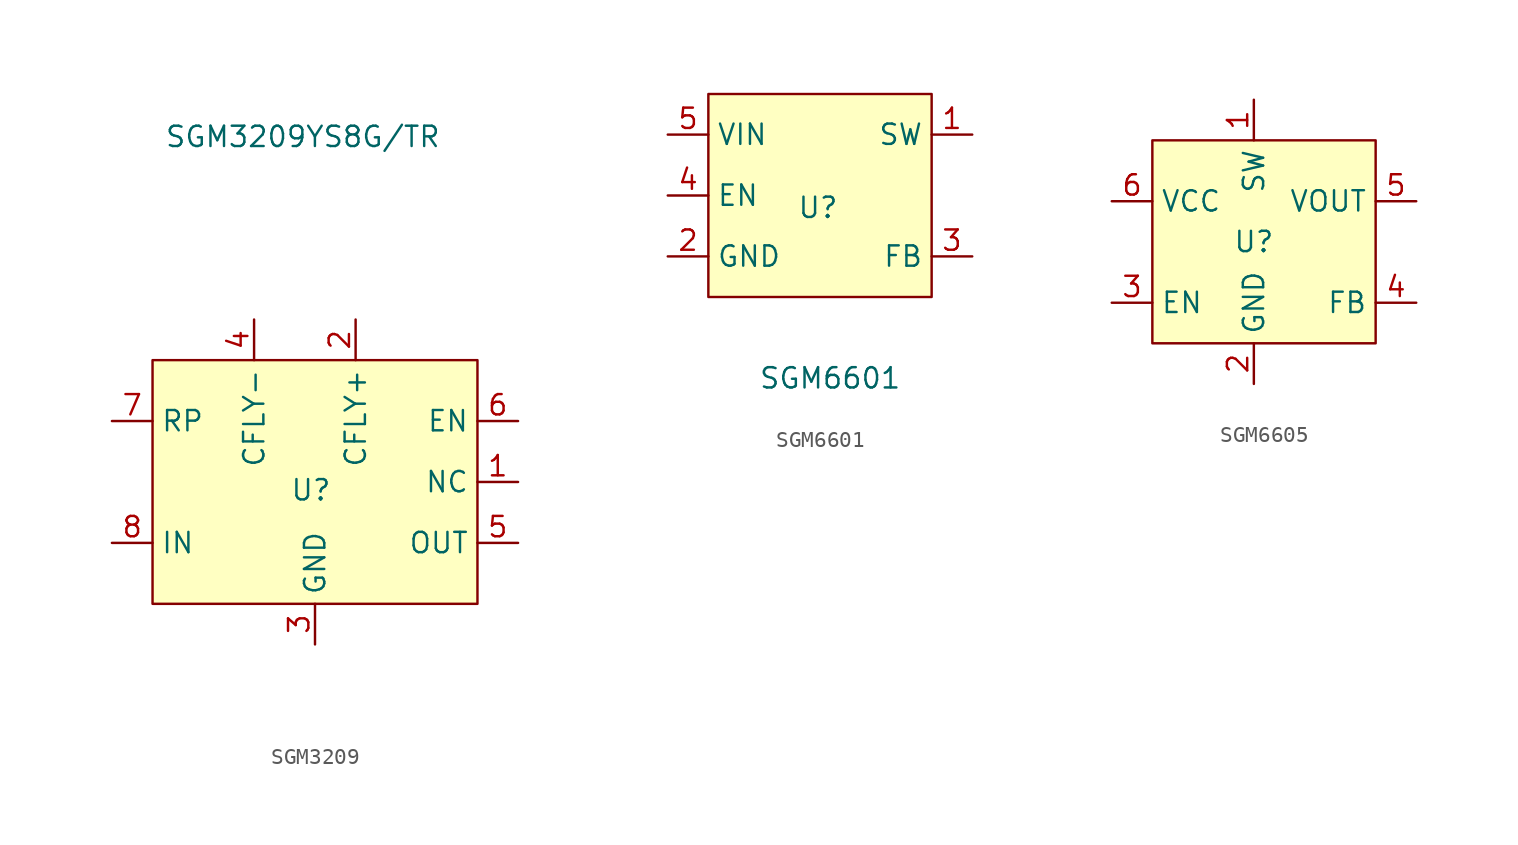
<source format=kicad_sym>
(kicad_symbol_lib
  (version 20231120)
  (generator "kicad_symbol_editor")
  (generator_version "8.0")
  (symbol "SGM3209"
    (property "Reference" "U"
      (at -0.254 2.032 0)
      (effects (font (size 1.27 1.27))))
    (property "Value" "SGM3209YS8G/TR"
      (at -0.762 24.13 0)
      (effects (font (size 1.27 1.27))))
    (symbol "SGM3209_1_0"
      (pin no_connect line (at -5.08 -10.16 90) (length 5.08) hide (name "NC" (effects (font (size 1.016 1.016)))) (number "9" (effects (font (size 1.016 1.016))))))
    (symbol "SGM3209_1_1"
      (rectangle (start -10.16 10.16) (end 10.16 -5.08) (stroke (width 0) (type default)) (fill (type background)))
      (pin passive line (at 12.7 2.54 180) (length 2.54) (name "NC" (effects (font (size 1.27 1.27)))) (number "1" (effects (font (size 1.27 1.27)))))
      (pin passive line (at 2.54 12.7 270) (length 2.54) (name "CFLY+" (effects (font (size 1.27 1.27)))) (number "2" (effects (font (size 1.27 1.27)))))
      (pin passive line (at 0 -7.62 90) (length 2.54) (name "GND" (effects (font (size 1.27 1.27)))) (number "3" (effects (font (size 1.27 1.27)))))
      (pin passive line (at -3.81 12.7 270) (length 2.54) (name "CFLY-" (effects (font (size 1.27 1.27)))) (number "4" (effects (font (size 1.27 1.27)))))
      (pin passive line (at 12.7 -1.27 180) (length 2.54) (name "OUT" (effects (font (size 1.27 1.27)))) (number "5" (effects (font (size 1.27 1.27)))))
      (pin passive line (at 12.7 6.35 180) (length 2.54) (name "EN" (effects (font (size 1.27 1.27)))) (number "6" (effects (font (size 1.27 1.27)))))
      (pin passive line (at -12.7 6.35 0) (length 2.54) (name "RP" (effects (font (size 1.27 1.27)))) (number "7" (effects (font (size 1.27 1.27)))))
      (pin passive line (at -12.7 -1.27 0) (length 2.54) (name "IN" (effects (font (size 1.27 1.27)))) (number "8" (effects (font (size 1.27 1.27)))))))
  (symbol "SGM6601"
    (property "Reference" "U"
      (at -0.762 10.668 0)
      (effects (font (size 1.27 1.27))))
    (property "Value" "SGM6601"
      (at 0 0 0)
      (effects (font (size 1.27 1.27))))
    (symbol "SGM6601_1_1"
      (rectangle (start -7.62 17.78) (end 6.35 5.08) (stroke (width 0) (type default)) (fill (type background)))
      (pin passive line (at 8.89 15.24 180) (length 2.54) (name "SW" (effects (font (size 1.27 1.27)))) (number "1" (effects (font (size 1.27 1.27)))))
      (pin passive line (at -10.16 7.62 0) (length 2.54) (name "GND" (effects (font (size 1.27 1.27)))) (number "2" (effects (font (size 1.27 1.27)))))
      (pin passive line (at 8.89 7.62 180) (length 2.54) (name "FB" (effects (font (size 1.27 1.27)))) (number "3" (effects (font (size 1.27 1.27)))))
      (pin passive line (at -10.16 11.43 0) (length 2.54) (name "EN" (effects (font (size 1.27 1.27)))) (number "4" (effects (font (size 1.27 1.27)))))
      (pin passive line (at -10.16 15.24 0) (length 2.54) (name "VIN" (effects (font (size 1.27 1.27)))) (number "5" (effects (font (size 1.27 1.27)))))))
  (symbol "SGM6605"
    (property "Reference" "U"
      (at 0 0 0)
      (effects (font (size 1.27 1.27))))
    (property "Value" ""
      (at 0 0 0)
      (effects (font (size 1.27 1.27))))
    (symbol "SGM6605_1_1"
      (rectangle (start -6.35 6.35) (end 7.62 -6.35) (stroke (width 0) (type default)) (fill (type background)))
      (pin passive line (at 0 8.89 270) (length 2.54) (name "SW" (effects (font (size 1.27 1.27)))) (number "1" (effects (font (size 1.27 1.27)))))
      (pin passive line (at 0 -8.89 90) (length 2.54) (name "GND" (effects (font (size 1.27 1.27)))) (number "2" (effects (font (size 1.27 1.27)))))
      (pin passive line (at -8.89 -3.81 0) (length 2.54) (name "EN" (effects (font (size 1.27 1.27)))) (number "3" (effects (font (size 1.27 1.27)))))
      (pin passive line (at 10.16 -3.81 180) (length 2.54) (name "FB" (effects (font (size 1.27 1.27)))) (number "4" (effects (font (size 1.27 1.27)))))
      (pin passive line (at 10.16 2.54 180) (length 2.54) (name "VOUT" (effects (font (size 1.27 1.27)))) (number "5" (effects (font (size 1.27 1.27)))))
      (pin passive line (at -8.89 2.54 0) (length 2.54) (name "VCC" (effects (font (size 1.27 1.27)))) (number "6" (effects (font (size 1.27 1.27))))))))
</source>
